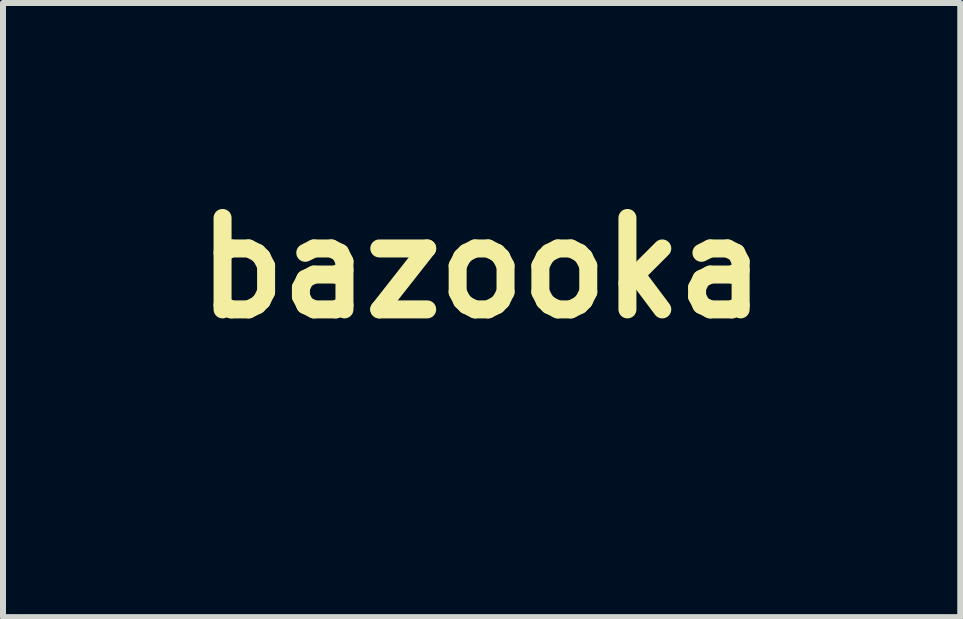
<source format=kicad_pcb>
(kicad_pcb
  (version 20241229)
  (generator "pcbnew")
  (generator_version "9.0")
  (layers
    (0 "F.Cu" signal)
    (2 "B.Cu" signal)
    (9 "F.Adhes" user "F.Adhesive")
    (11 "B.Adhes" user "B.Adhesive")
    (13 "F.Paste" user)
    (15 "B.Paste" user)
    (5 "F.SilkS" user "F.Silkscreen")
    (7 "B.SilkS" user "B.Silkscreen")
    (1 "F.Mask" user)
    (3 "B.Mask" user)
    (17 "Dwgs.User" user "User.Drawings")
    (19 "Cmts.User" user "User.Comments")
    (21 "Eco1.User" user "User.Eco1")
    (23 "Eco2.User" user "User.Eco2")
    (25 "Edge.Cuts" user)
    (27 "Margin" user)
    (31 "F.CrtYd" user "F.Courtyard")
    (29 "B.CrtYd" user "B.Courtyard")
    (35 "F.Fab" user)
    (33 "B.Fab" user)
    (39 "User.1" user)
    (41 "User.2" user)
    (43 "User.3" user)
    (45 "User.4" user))
  (footprint "bazooka"
    (layer "F.Cu")
    (at 4.978 1.418)
    (property "Reference" "bazooka" (at 0 0 0) (layer "F.SilkS") (effects (font (size 1.524 1.524) (thickness 0.3))))
    (attr through_hole)
    (fp_poly (pts (xy -0.499 -1.026) (xy -0.431 -1.025) (xy -0.38 -1.023) (xy -0.341 -1.019) (xy -0.313 -1.013) (xy -0.294 -1.005) (xy -0.28 -0.994) (xy -0.271 -0.98) (xy -0.266 -0.971) (xy -0.261 -0.949) (xy -0.258 -0.908) (xy -0.255 -0.848) (xy -0.254 -0.768) (xy -0.254 -0.731) (xy -0.254 -0.518) (xy -0.056 -0.518) (xy 0.142 -0.518) (xy 0.136 -0.577) (xy 0.133 -0.612) (xy 0.136 -0.635) (xy 0.145 -0.653) (xy 0.155 -0.666) (xy 0.181 -0.696) (xy 0.395 -0.699) (xy 0.61 -0.702) (xy 0.61 -0.823) (xy 0.61 -0.874) (xy 0.611 -0.91) (xy 0.614 -0.934) (xy 0.62 -0.951) (xy 0.628 -0.965) (xy 0.636 -0.975) (xy 0.657 -0.995) (xy 0.68 -1.004) (xy 0.707 -1.006) (xy 0.743 -1.002) (xy 0.769 -0.989) (xy 0.778 -0.981) (xy 0.788 -0.969) (xy 0.795 -0.957) (xy 0.799 -0.94) (xy 0.802 -0.913) (xy 0.803 -0.874) (xy 0.803 -0.829) (xy 0.803 -0.701) (xy 1.406 -0.701) (xy 1.532 -0.701) (xy 1.639 -0.701) (xy 1.729 -0.701) (xy 1.803 -0.7) (xy 1.863 -0.7) (xy 1.911 -0.699) (xy 1.949 -0.698) (xy 1.977 -0.696) (xy 1.997 -0.694) (xy 2.012 -0.692) (xy 2.022 -0.689) (xy 2.029 -0.685) (xy 2.035 -0.681) (xy 2.035 -0.68) (xy 2.057 -0.654) (xy 2.068 -0.625) (xy 2.075 -0.591) (xy 2.279 -0.587) (xy 2.355 -0.586) (xy 2.413 -0.584) (xy 2.456 -0.58) (xy 2.487 -0.575) (xy 2.509 -0.568) (xy 2.523 -0.557) (xy 2.533 -0.543) (xy 2.539 -0.531) (xy 2.546 -0.506) (xy 2.55 -0.472) (xy 2.55 -0.457) (xy 2.551 -0.428) (xy 2.552 -0.41) (xy 2.554 -0.406) (xy 2.564 -0.408) (xy 2.592 -0.413) (xy 2.637 -0.421) (xy 2.696 -0.432) (xy 2.767 -0.445) (xy 2.848 -0.46) (xy 2.939 -0.476) (xy 3.035 -0.494) (xy 3.054 -0.497) (xy 3.058 -0.498) (xy 4.288 -0.498) (xy 4.288 0.671) (xy 4.366 0.671) (xy 4.372 0.608) (xy 4.374 0.586) (xy 4.375 0.545) (xy 4.376 0.489) (xy 4.377 0.419) (xy 4.378 0.337) (xy 4.378 0.247) (xy 4.379 0.149) (xy 4.379 0.046) (xy 4.379 0.024) (xy 4.379 -0.498) (xy 4.288 -0.498) (xy 3.058 -0.498) (xy 3.226 -0.529) (xy 3.38 -0.556) (xy 3.516 -0.581) (xy 3.635 -0.603) (xy 3.74 -0.622) (xy 3.831 -0.638) (xy 3.91 -0.652) (xy 3.978 -0.664) (xy 4.035 -0.673) (xy 4.084 -0.681) (xy 4.125 -0.687) (xy 4.161 -0.692) (xy 4.191 -0.696) (xy 4.218 -0.699) (xy 4.242 -0.701) (xy 4.265 -0.702) (xy 4.289 -0.703) (xy 4.313 -0.704) (xy 4.328 -0.704) (xy 4.401 -0.706) (xy 4.457 -0.705) (xy 4.498 -0.7) (xy 4.527 -0.693) (xy 4.546 -0.681) (xy 4.56 -0.664) (xy 4.561 -0.662) (xy 4.563 -0.649) (xy 4.566 -0.619) (xy 4.567 -0.571) (xy 4.569 -0.505) (xy 4.57 -0.422) (xy 4.571 -0.319) (xy 4.572 -0.198) (xy 4.572 -0.056) (xy 4.572 0.081) (xy 4.572 0.804) (xy 4.547 0.829) (xy 4.514 0.85) (xy 4.484 0.854) (xy 4.433 0.856) (xy 4.388 0.857) (xy 4.349 0.858) (xy 4.313 0.858) (xy 4.278 0.858) (xy 4.244 0.856) (xy 4.207 0.853) (xy 4.168 0.849) (xy 4.123 0.844) (xy 4.072 0.836) (xy 4.012 0.827) (xy 3.942 0.815) (xy 3.861 0.801) (xy 3.766 0.784) (xy 3.656 0.764) (xy 3.529 0.741) (xy 3.386 0.715) (xy 3.26 0.692) (xy 3.14 0.67) (xy 3.027 0.65) (xy 2.923 0.632) (xy 2.829 0.615) (xy 2.746 0.6) (xy 2.677 0.588) (xy 2.622 0.579) (xy 2.584 0.572) (xy 2.563 0.569) (xy 2.56 0.569) (xy 2.549 0.571) (xy 2.543 0.581) (xy 2.54 0.603) (xy 2.54 0.629) (xy 2.539 0.664) (xy 2.534 0.686) (xy 2.523 0.703) (xy 2.509 0.715) (xy 2.477 0.742) (xy 2.062 0.742) (xy 2.062 0.773) (xy 2.053 0.807) (xy 2.029 0.836) (xy 1.995 0.852) (xy 1.979 0.855) (xy 1.96 0.855) (xy 1.923 0.856) (xy 1.873 0.856) (xy 1.812 0.857) (xy 1.745 0.858) (xy 1.707 0.858) (xy 1.639 0.859) (xy 1.577 0.86) (xy 1.525 0.861) (xy 1.485 0.861) (xy 1.461 0.862) (xy 1.455 0.862) (xy 1.453 0.866) (xy 1.451 0.879) (xy 1.449 0.902) (xy 1.447 0.936) (xy 1.446 0.981) (xy 1.445 1.041) (xy 1.444 1.115) (xy 1.443 1.205) (xy 1.443 1.311) (xy 1.443 1.436) (xy 1.443 1.537) (xy 1.442 1.678) (xy 1.442 1.799) (xy 1.442 1.903) (xy 1.441 1.991) (xy 1.44 2.063) (xy 1.439 2.12) (xy 1.437 2.165) (xy 1.435 2.198) (xy 1.433 2.22) (xy 1.431 2.233) (xy 1.43 2.235) (xy 1.411 2.257) (xy 1.386 2.271) (xy 1.37 2.273) (xy 1.337 2.274) (xy 1.289 2.276) (xy 1.23 2.277) (xy 1.163 2.278) (xy 1.09 2.279) (xy 1.014 2.28) (xy 0.938 2.28) (xy 0.866 2.28) (xy 0.8 2.279) (xy 0.743 2.278) (xy 0.698 2.277) (xy 0.693 2.277) (xy 0.67 2.269) (xy 0.646 2.252) (xy 0.643 2.249) (xy 0.616 2.223) (xy 0.618 2.083) (xy 0.813 2.083) (xy 1.255 2.078) (xy 1.258 1.913) (xy 1.26 1.748) (xy 1.145 1.748) (xy 1.095 1.747) (xy 1.049 1.744) (xy 1.014 1.74) (xy 0.997 1.736) (xy 0.964 1.715) (xy 0.943 1.682) (xy 0.936 1.643) (xy 0.944 1.604) (xy 0.951 1.59) (xy 0.969 1.572) (xy 0.996 1.558) (xy 1.036 1.55) (xy 1.09 1.546) (xy 1.151 1.544) (xy 1.261 1.544) (xy 1.255 1.397) (xy 1.119 1.392) (xy 1.064 1.39) (xy 1.026 1.387) (xy 1 1.384) (xy 0.984 1.379) (xy 0.972 1.372) (xy 0.962 1.361) (xy 0.959 1.358) (xy 0.938 1.32) (xy 0.936 1.279) (xy 0.953 1.24) (xy 0.959 1.232) (xy 0.97 1.221) (xy 0.98 1.213) (xy 0.995 1.208) (xy 1.018 1.205) (xy 1.052 1.203) (xy 1.102 1.201) (xy 1.122 1.201) (xy 1.26 1.197) (xy 1.26 0.858) (xy 0.813 0.858) (xy 0.813 2.083) (xy 0.618 2.083) (xy 0.623 1.543) (xy 0.624 1.428) (xy 0.625 1.318) (xy 0.626 1.217) (xy 0.626 1.125) (xy 0.626 1.044) (xy 0.626 0.976) (xy 0.625 0.922) (xy 0.624 0.885) (xy 0.623 0.865) (xy 0.622 0.862) (xy 0.61 0.862) (xy 0.581 0.861) (xy 0.538 0.861) (xy 0.484 0.86) (xy 0.423 0.859) (xy 0.412 0.859) (xy 0.21 0.857) (xy 0.181 0.824) (xy 0.164 0.801) (xy 0.155 0.776) (xy 0.152 0.742) (xy 0.152 0.736) (xy 0.152 0.681) (xy -0.088 0.681) (xy -0.095 0.831) (xy -0.096 0.864) (xy -0.097 0.916) (xy -0.098 0.984) (xy -0.1 1.068) (xy -0.101 1.164) (xy -0.102 1.271) (xy -0.103 1.388) (xy -0.105 1.512) (xy -0.106 1.642) (xy -0.107 1.776) (xy -0.107 1.844) (xy -0.108 1.975) (xy -0.109 2.102) (xy -0.11 2.221) (xy -0.111 2.332) (xy -0.112 2.432) (xy -0.113 2.522) (xy -0.114 2.598) (xy -0.115 2.659) (xy -0.116 2.705) (xy -0.117 2.732) (xy -0.118 2.74) (xy -0.131 2.772) (xy -0.149 2.794) (xy -0.157 2.799) (xy -0.166 2.804) (xy -0.179 2.807) (xy -0.197 2.81) (xy -0.224 2.812) (xy -0.26 2.813) (xy -0.308 2.814) (xy -0.371 2.814) (xy -0.45 2.814) (xy -0.527 2.814) (xy -0.628 2.814) (xy -0.715 2.813) (xy -0.786 2.811) (xy -0.841 2.809) (xy -0.878 2.807) (xy -0.896 2.804) (xy -0.897 2.803) (xy -0.906 2.798) (xy -0.914 2.792) (xy -0.92 2.784) (xy -0.926 2.773) (xy -0.931 2.757) (xy -0.935 2.735) (xy -0.938 2.706) (xy -0.94 2.667) (xy -0.942 2.619) (xy -0.943 2.558) (xy -0.944 2.485) (xy -0.945 2.396) (xy -0.945 2.292) (xy -0.945 2.17) (xy -0.945 2.03) (xy -0.945 2.017) (xy -0.945 1.3) (xy -1.264 1.3) (xy -1.354 1.3) (xy -1.425 1.3) (xy -1.481 1.299) (xy -1.523 1.298) (xy -1.554 1.296) (xy -1.575 1.294) (xy -1.589 1.291) (xy -1.599 1.286) (xy -1.604 1.283) (xy -1.614 1.267) (xy -1.63 1.234) (xy -1.652 1.182) (xy -1.68 1.114) (xy -1.713 1.029) (xy -1.747 0.938) (xy -1.78 0.849) (xy -1.807 0.776) (xy -1.828 0.718) (xy -1.837 0.69) (xy -1.622 0.69) (xy -1.621 0.697) (xy -1.621 0.699) (xy -1.615 0.714) (xy -1.603 0.745) (xy -1.587 0.787) (xy -1.568 0.836) (xy -1.56 0.859) (xy -1.532 0.931) (xy -1.511 0.988) (xy -1.494 1.029) (xy -1.482 1.059) (xy -1.473 1.079) (xy -1.467 1.091) (xy -1.462 1.097) (xy -1.459 1.099) (xy -1.446 1.101) (xy -1.416 1.103) (xy -1.371 1.104) (xy -1.314 1.105) (xy -1.249 1.105) (xy -1.194 1.105) (xy -0.94 1.102) (xy -0.934 0.681) (xy -0.745 0.681) (xy -0.738 1.46) (xy -0.737 1.59) (xy -0.736 1.718) (xy -0.735 1.842) (xy -0.734 1.96) (xy -0.734 2.071) (xy -0.733 2.171) (xy -0.732 2.259) (xy -0.732 2.332) (xy -0.732 2.39) (xy -0.732 2.426) (xy -0.732 2.611) (xy -0.294 2.611) (xy -0.297 2.527) (xy -0.3 2.443) (xy -0.435 2.438) (xy -0.49 2.436) (xy -0.528 2.434) (xy -0.554 2.431) (xy -0.571 2.426) (xy -0.583 2.418) (xy -0.593 2.408) (xy -0.595 2.405) (xy -0.616 2.369) (xy -0.617 2.329) (xy -0.608 2.301) (xy -0.594 2.279) (xy -0.575 2.264) (xy -0.546 2.254) (xy -0.505 2.248) (xy -0.448 2.246) (xy -0.417 2.245) (xy -0.295 2.245) (xy -0.295 2.093) (xy -0.424 2.093) (xy -0.48 2.092) (xy -0.52 2.09) (xy -0.547 2.087) (xy -0.564 2.082) (xy -0.575 2.075) (xy -0.604 2.041) (xy -0.616 2.002) (xy -0.613 1.963) (xy -0.592 1.929) (xy -0.582 1.921) (xy -0.569 1.912) (xy -0.554 1.906) (xy -0.531 1.903) (xy -0.498 1.901) (xy -0.45 1.9) (xy -0.425 1.9) (xy -0.295 1.9) (xy -0.295 1.835) (xy -0.294 1.798) (xy -0.291 1.768) (xy -0.288 1.753) (xy -0.288 1.747) (xy -0.295 1.742) (xy -0.311 1.74) (xy -0.341 1.738) (xy -0.386 1.737) (xy -0.416 1.737) (xy -0.55 1.737) (xy -0.58 1.708) (xy -0.604 1.671) (xy -0.609 1.629) (xy -0.598 1.592) (xy -0.586 1.573) (xy -0.568 1.56) (xy -0.54 1.551) (xy -0.5 1.546) (xy -0.444 1.544) (xy -0.415 1.544) (xy -0.292 1.544) (xy -0.298 1.115) (xy -0.299 1.024) (xy -0.3 0.939) (xy -0.302 0.863) (xy -0.303 0.797) (xy -0.303 0.745) (xy -0.304 0.707) (xy -0.304 0.687) (xy -0.305 0.683) (xy -0.314 0.683) (xy -0.341 0.682) (xy -0.383 0.681) (xy -0.436 0.681) (xy -0.498 0.681) (xy -0.525 0.681) (xy -0.745 0.681) (xy -0.934 0.681) (xy -1.128 0.681) (xy -1.128 0.803) (xy -1.128 0.855) (xy -1.129 0.891) (xy -1.132 0.914) (xy -1.137 0.93) (xy -1.145 0.943) (xy -1.157 0.956) (xy -1.194 0.98) (xy -1.236 0.985) (xy -1.273 0.974) (xy -1.292 0.962) (xy -1.306 0.943) (xy -1.314 0.914) (xy -1.319 0.872) (xy -1.321 0.813) (xy -1.321 0.797) (xy -1.321 0.681) (xy -1.474 0.681) (xy -1.533 0.681) (xy -1.574 0.682) (xy -1.601 0.683) (xy -1.616 0.686) (xy -1.622 0.69) (xy -1.837 0.69) (xy -1.844 0.672) (xy -1.855 0.636) (xy -1.862 0.608) (xy -1.867 0.584) (xy -1.869 0.564) (xy -1.869 0.545) (xy -1.869 0.478) (xy -2.078 0.478) (xy -2.154 0.477) (xy -2.212 0.476) (xy -2.254 0.474) (xy -2.285 0.471) (xy -2.305 0.467) (xy -2.316 0.463) (xy -2.343 0.438) (xy -2.361 0.4) (xy -2.367 0.354) (xy -2.367 0.325) (xy -2.679 0.325) (xy -2.77 0.379) (xy -2.926 0.462) (xy -3.088 0.525) (xy -3.256 0.57) (xy -3.426 0.597) (xy -3.597 0.604) (xy -3.768 0.593) (xy -3.937 0.563) (xy -4.103 0.514) (xy -4.264 0.447) (xy -4.405 0.37) (xy -4.477 0.325) (xy -4.667 0.325) (xy -4.747 0.324) (xy -4.808 0.322) (xy -4.855 0.318) (xy -4.889 0.312) (xy -4.912 0.302) (xy -4.928 0.289) (xy -4.937 0.276) (xy -4.941 0.258) (xy -4.944 0.222) (xy -4.947 0.17) (xy -4.948 0.107) (xy -4.948 0.079) (xy -4.948 0.041) (xy -4.745 0.041) (xy -4.745 0.122) (xy -4.644 0.122) (xy -4.589 0.121) (xy -4.555 0.117) (xy -4.54 0.111) (xy -4.539 0.11) (xy -4.538 0.092) (xy -4.54 0.069) (xy -4.544 0.041) (xy -4.745 0.041) (xy -4.948 0.041) (xy -4.948 0.008) (xy -4.947 -0.007) (xy -4.338 -0.007) (xy -4.338 0.171) (xy -4.29 0.202) (xy -4.232 0.235) (xy -4.162 0.27) (xy -4.087 0.303) (xy -4.013 0.332) (xy -3.957 0.35) (xy -3.81 0.384) (xy -3.657 0.403) (xy -3.503 0.405) (xy -3.363 0.392) (xy -3.201 0.357) (xy -3.045 0.304) (xy -2.898 0.233) (xy -2.854 0.208) (xy -2.794 0.171) (xy -2.794 0.122) (xy -2.596 0.122) (xy -2.367 0.122) (xy -2.367 0.041) (xy -2.589 0.041) (xy -2.593 0.081) (xy -2.596 0.122) (xy -2.794 0.122) (xy -2.794 0.005) (xy -2.853 -0.032) (xy -2.991 -0.109) (xy -3.022 -0.122) (xy -2.164 -0.122) (xy -2.164 0.277) (xy -2.056 0.271) (xy -2.006 0.268) (xy -1.96 0.266) (xy -1.924 0.264) (xy -1.909 0.264) (xy -1.869 0.264) (xy -1.869 -0.122) (xy -2.164 -0.122) (xy -3.022 -0.122) (xy -3.141 -0.17) (xy -3.301 -0.214) (xy -3.305 -0.215) (xy -3.381 -0.227) (xy -3.469 -0.235) (xy -3.563 -0.238) (xy -3.657 -0.237) (xy -3.744 -0.232) (xy -3.818 -0.221) (xy -3.82 -0.221) (xy -3.917 -0.197) (xy -4.018 -0.165) (xy -4.117 -0.127) (xy -4.209 -0.085) (xy -4.287 -0.041) (xy -4.3 -0.033) (xy -4.338 -0.007) (xy -4.947 -0.007) (xy -4.946 -0.046) (xy -4.942 -0.085) (xy -4.935 -0.112) (xy -4.925 -0.129) (xy -4.909 -0.141) (xy -4.888 -0.149) (xy -4.879 -0.152) (xy -4.857 -0.155) (xy -4.818 -0.158) (xy -4.767 -0.161) (xy -4.709 -0.162) (xy -4.659 -0.163) (xy -4.477 -0.163) (xy -4.403 -0.209) (xy -4.257 -0.289) (xy -4.099 -0.353) (xy -3.932 -0.401) (xy -3.8 -0.426) (xy -3.729 -0.434) (xy -3.644 -0.437) (xy -3.552 -0.437) (xy -3.46 -0.433) (xy -3.374 -0.426) (xy -3.312 -0.417) (xy -3.181 -0.388) (xy -3.048 -0.347) (xy -2.921 -0.296) (xy -2.804 -0.237) (xy -2.748 -0.203) (xy -2.686 -0.163) (xy -2.367 -0.163) (xy -2.367 -0.192) (xy -2.364 -0.222) (xy -2.356 -0.254) (xy -2.347 -0.273) (xy -2.335 -0.287) (xy -2.317 -0.298) (xy -2.289 -0.306) (xy -2.251 -0.311) (xy -2.199 -0.314) (xy -2.131 -0.315) (xy -2.074 -0.315) (xy -1.871 -0.315) (xy -1.868 -0.335) (xy -1.666 -0.335) (xy -1.666 0.478) (xy 0.142 0.478) (xy 0.142 0.093) (xy 0.335 0.093) (xy 0.335 0.671) (xy 1.88 0.671) (xy 1.88 0.091) (xy 1.879 -0.015) (xy 1.879 -0.115) (xy 1.879 -0.207) (xy 1.878 -0.289) (xy 1.877 -0.36) (xy 1.876 -0.396) (xy 2.083 -0.396) (xy 2.083 0.551) (xy 2.121 0.545) (xy 2.148 0.542) (xy 2.189 0.54) (xy 2.236 0.539) (xy 2.253 0.539) (xy 2.347 0.538) (xy 2.347 -0.01) (xy 2.552 -0.01) (xy 2.553 0.074) (xy 2.555 0.36) (xy 2.652 0.379) (xy 2.68 0.384) (xy 2.725 0.392) (xy 2.787 0.404) (xy 2.862 0.417) (xy 2.948 0.433) (xy 3.043 0.451) (xy 3.146 0.47) (xy 3.253 0.489) (xy 3.332 0.504) (xy 3.441 0.524) (xy 3.545 0.543) (xy 3.643 0.561) (xy 3.733 0.578) (xy 3.812 0.592) (xy 3.879 0.605) (xy 3.931 0.614) (xy 3.967 0.621) (xy 3.983 0.624) (xy 4.02 0.631) (xy 4.05 0.637) (xy 4.067 0.639) (xy 4.07 0.638) (xy 4.074 0.635) (xy 4.076 0.626) (xy 4.079 0.612) (xy 4.08 0.59) (xy 4.082 0.559) (xy 4.083 0.517) (xy 4.083 0.463) (xy 4.084 0.395) (xy 4.084 0.312) (xy 4.084 0.211) (xy 4.084 0.092) (xy 4.084 0.076) (xy 4.084 -0.029) (xy 4.084 -0.127) (xy 4.083 -0.218) (xy 4.082 -0.298) (xy 4.081 -0.367) (xy 4.08 -0.422) (xy 4.078 -0.461) (xy 4.077 -0.483) (xy 4.076 -0.488) (xy 4.063 -0.486) (xy 4.032 -0.481) (xy 3.983 -0.472) (xy 3.919 -0.461) (xy 3.84 -0.446) (xy 3.749 -0.43) (xy 3.645 -0.411) (xy 3.532 -0.39) (xy 3.485 -0.381) (xy 3.338 -0.354) (xy 3.201 -0.329) (xy 3.074 -0.305) (xy 2.958 -0.284) (xy 2.855 -0.265) (xy 2.765 -0.249) (xy 2.69 -0.236) (xy 2.631 -0.225) (xy 2.59 -0.218) (xy 2.566 -0.214) (xy 2.561 -0.213) (xy 2.557 -0.206) (xy 2.555 -0.183) (xy 2.553 -0.143) (xy 2.552 -0.086) (xy 2.552 -0.01) (xy 2.347 -0.01) (xy 2.347 -0.396) (xy 2.083 -0.396) (xy 1.876 -0.396) (xy 1.876 -0.417) (xy 1.874 -0.458) (xy 1.873 -0.483) (xy 1.872 -0.489) (xy 1.859 -0.49) (xy 1.828 -0.49) (xy 1.781 -0.491) (xy 1.719 -0.491) (xy 1.645 -0.491) (xy 1.56 -0.492) (xy 1.467 -0.492) (xy 1.367 -0.492) (xy 1.263 -0.492) (xy 1.155 -0.492) (xy 1.047 -0.492) (xy 0.94 -0.492) (xy 0.836 -0.492) (xy 0.738 -0.492) (xy 0.646 -0.492) (xy 0.563 -0.492) (xy 0.49 -0.492) (xy 0.431 -0.491) (xy 0.386 -0.491) (xy 0.358 -0.49) (xy 0.348 -0.49) (xy 0.345 -0.485) (xy 0.343 -0.471) (xy 0.341 -0.447) (xy 0.339 -0.411) (xy 0.338 -0.363) (xy 0.337 -0.3) (xy 0.336 -0.223) (xy 0.336 -0.128) (xy 0.335 -0.016) (xy 0.335 0.093) (xy 0.142 0.093) (xy 0.142 -0.335) (xy -1.666 -0.335) (xy -1.868 -0.335) (xy -1.864 -0.363) (xy -1.854 -0.423) (xy -1.842 -0.465) (xy -1.827 -0.493) (xy -1.818 -0.504) (xy -1.812 -0.509) (xy -1.803 -0.512) (xy -1.791 -0.516) (xy -1.773 -0.518) (xy -1.746 -0.52) (xy -1.711 -0.522) (xy -1.664 -0.524) (xy -1.603 -0.525) (xy -1.527 -0.526) (xy -1.434 -0.527) (xy -1.355 -0.528) (xy -0.913 -0.533) (xy -0.914 -0.744) (xy -0.914 -0.813) (xy -0.721 -0.813) (xy -0.721 -0.518) (xy -0.587 -0.52) (xy -0.452 -0.523) (xy -0.449 -0.668) (xy -0.446 -0.813) (xy -0.721 -0.813) (xy -0.914 -0.813) (xy -0.914 -0.823) (xy -0.913 -0.887) (xy -0.91 -0.935) (xy -0.907 -0.965) (xy -0.904 -0.975) (xy -0.895 -0.99) (xy -0.883 -1.002) (xy -0.865 -1.011) (xy -0.84 -1.017) (xy -0.805 -1.022) (xy -0.758 -1.024) (xy -0.695 -1.026) (xy -0.616 -1.026) (xy -0.584 -1.026) (xy -0.499 -1.026)) (stroke (width 0.01) (type solid)) (fill yes) (layer "F.Mask")))
  (gr_rect
    (start -3 -3)
    (end 12.957 7.237)
    (stroke (width 0.1) (type default))
    (fill no)
    (layer "Edge.Cuts")))
</source>
